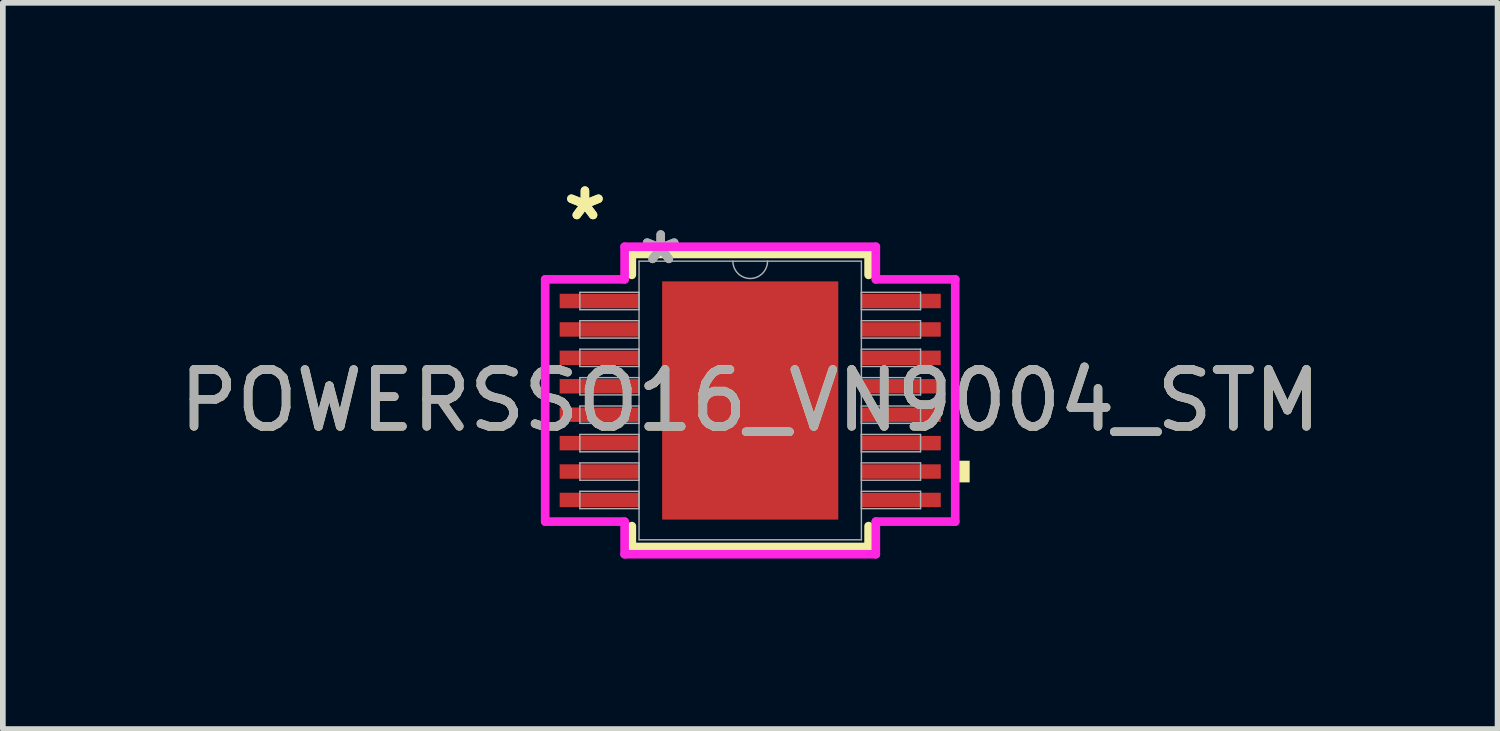
<source format=kicad_pcb>
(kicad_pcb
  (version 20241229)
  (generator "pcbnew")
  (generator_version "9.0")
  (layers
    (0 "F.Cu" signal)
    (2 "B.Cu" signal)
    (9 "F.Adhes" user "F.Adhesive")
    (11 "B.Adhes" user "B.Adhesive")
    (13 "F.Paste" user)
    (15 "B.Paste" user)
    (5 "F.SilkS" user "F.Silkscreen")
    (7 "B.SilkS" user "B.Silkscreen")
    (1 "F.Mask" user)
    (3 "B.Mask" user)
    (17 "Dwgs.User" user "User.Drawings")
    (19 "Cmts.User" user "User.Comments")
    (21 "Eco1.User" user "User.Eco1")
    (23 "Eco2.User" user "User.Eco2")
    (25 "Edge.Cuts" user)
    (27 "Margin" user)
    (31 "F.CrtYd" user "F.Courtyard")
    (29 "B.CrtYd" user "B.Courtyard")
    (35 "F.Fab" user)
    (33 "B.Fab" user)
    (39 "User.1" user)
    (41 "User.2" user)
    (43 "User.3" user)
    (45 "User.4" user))
  (footprint "POWERSSO16_VN9004_STM"
    (layer "F.Cu")
    (at 10.149 3.996)
    (property "Reference" "POWERSSO16_VN9004_STM" (at 0 0 0) (unlocked yes) (layer "F.SilkS") (effects (font (size 1 1) (thickness 0.15))))
    (attr smd)
    (fp_line (start -2.083 -2.578) (end -2.083 -2.21) (stroke (width 0.152) (type solid)) (layer "F.SilkS"))
    (fp_line (start -2.083 2.21) (end -2.083 2.578) (stroke (width 0.152) (type solid)) (layer "F.SilkS"))
    (fp_line (start -2.083 2.578) (end 2.083 2.578) (stroke (width 0.152) (type solid)) (layer "F.SilkS"))
    (fp_line (start 2.083 -2.578) (end -2.083 -2.578) (stroke (width 0.152) (type solid)) (layer "F.SilkS"))
    (fp_line (start 2.083 -2.21) (end 2.083 -2.578) (stroke (width 0.152) (type solid)) (layer "F.SilkS"))
    (fp_line (start 2.083 2.578) (end 2.083 2.21) (stroke (width 0.152) (type solid)) (layer "F.SilkS"))
    (fp_poly (pts (xy 3.861 1.06) (xy 3.861 1.441) (xy 3.607 1.441) (xy 3.607 1.06)) (stroke (width 0) (type solid)) (fill yes) (layer "F.SilkS"))
    (fp_poly (pts (xy -1.449 -1.996) (xy -1.449 -0.798) (xy -0.1 -0.798) (xy -0.1 -1.996)) (stroke (width 0) (type solid)) (fill yes) (layer "F.Paste"))
    (fp_poly (pts (xy -1.449 -0.599) (xy -1.449 0.599) (xy -0.1 0.599) (xy -0.1 -0.599)) (stroke (width 0) (type solid)) (fill yes) (layer "F.Paste"))
    (fp_poly (pts (xy -1.449 0.798) (xy -1.449 1.996) (xy -0.1 1.996) (xy -0.1 0.798)) (stroke (width 0) (type solid)) (fill yes) (layer "F.Paste"))
    (fp_poly (pts (xy 0.1 -1.996) (xy 0.1 -0.798) (xy 1.449 -0.798) (xy 1.449 -1.996)) (stroke (width 0) (type solid)) (fill yes) (layer "F.Paste"))
    (fp_poly (pts (xy 0.1 -0.599) (xy 0.1 0.599) (xy 1.449 0.599) (xy 1.449 -0.599)) (stroke (width 0) (type solid)) (fill yes) (layer "F.Paste"))
    (fp_poly (pts (xy 0.1 0.798) (xy 0.1 1.996) (xy 1.449 1.996) (xy 1.449 0.798)) (stroke (width 0) (type solid)) (fill yes) (layer "F.Paste"))
    (fp_line (start -3.607 -2.131) (end -2.21 -2.131) (stroke (width 0.152) (type solid)) (layer "F.CrtYd"))
    (fp_line (start -3.607 2.131) (end -3.607 -2.131) (stroke (width 0.152) (type solid)) (layer "F.CrtYd"))
    (fp_line (start -3.607 2.131) (end -2.21 2.131) (stroke (width 0.152) (type solid)) (layer "F.CrtYd"))
    (fp_line (start -2.21 -2.705) (end 2.21 -2.705) (stroke (width 0.152) (type solid)) (layer "F.CrtYd"))
    (fp_line (start -2.21 -2.131) (end -2.21 -2.705) (stroke (width 0.152) (type solid)) (layer "F.CrtYd"))
    (fp_line (start -2.21 2.705) (end -2.21 2.131) (stroke (width 0.152) (type solid)) (layer "F.CrtYd"))
    (fp_line (start 2.21 -2.705) (end 2.21 -2.131) (stroke (width 0.152) (type solid)) (layer "F.CrtYd"))
    (fp_line (start 2.21 2.131) (end 2.21 2.705) (stroke (width 0.152) (type solid)) (layer "F.CrtYd"))
    (fp_line (start 2.21 2.705) (end -2.21 2.705) (stroke (width 0.152) (type solid)) (layer "F.CrtYd"))
    (fp_line (start 3.607 -2.131) (end 2.21 -2.131) (stroke (width 0.152) (type solid)) (layer "F.CrtYd"))
    (fp_line (start 3.607 -2.131) (end 3.607 2.131) (stroke (width 0.152) (type solid)) (layer "F.CrtYd"))
    (fp_line (start 3.607 2.131) (end 2.21 2.131) (stroke (width 0.152) (type solid)) (layer "F.CrtYd"))
    (fp_line (start -2.997 -1.903) (end -2.997 -1.598) (stroke (width 0.025) (type solid)) (layer "F.Fab"))
    (fp_line (start -2.997 -1.598) (end -1.956 -1.598) (stroke (width 0.025) (type solid)) (layer "F.Fab"))
    (fp_line (start -2.997 -1.403) (end -2.997 -1.098) (stroke (width 0.025) (type solid)) (layer "F.Fab"))
    (fp_line (start -2.997 -1.098) (end -1.956 -1.098) (stroke (width 0.025) (type solid)) (layer "F.Fab"))
    (fp_line (start -2.997 -0.903) (end -2.997 -0.598) (stroke (width 0.025) (type solid)) (layer "F.Fab"))
    (fp_line (start -2.997 -0.598) (end -1.956 -0.598) (stroke (width 0.025) (type solid)) (layer "F.Fab"))
    (fp_line (start -2.997 -0.402) (end -2.997 -0.098) (stroke (width 0.025) (type solid)) (layer "F.Fab"))
    (fp_line (start -2.997 -0.098) (end -1.956 -0.098) (stroke (width 0.025) (type solid)) (layer "F.Fab"))
    (fp_line (start -2.997 0.098) (end -2.997 0.402) (stroke (width 0.025) (type solid)) (layer "F.Fab"))
    (fp_line (start -2.997 0.402) (end -1.956 0.402) (stroke (width 0.025) (type solid)) (layer "F.Fab"))
    (fp_line (start -2.997 0.598) (end -2.997 0.903) (stroke (width 0.025) (type solid)) (layer "F.Fab"))
    (fp_line (start -2.997 0.903) (end -1.956 0.903) (stroke (width 0.025) (type solid)) (layer "F.Fab"))
    (fp_line (start -2.997 1.098) (end -2.997 1.403) (stroke (width 0.025) (type solid)) (layer "F.Fab"))
    (fp_line (start -2.997 1.403) (end -1.956 1.403) (stroke (width 0.025) (type solid)) (layer "F.Fab"))
    (fp_line (start -2.997 1.598) (end -2.997 1.903) (stroke (width 0.025) (type solid)) (layer "F.Fab"))
    (fp_line (start -2.997 1.903) (end -1.956 1.903) (stroke (width 0.025) (type solid)) (layer "F.Fab"))
    (fp_line (start -1.956 -2.451) (end -1.956 2.451) (stroke (width 0.025) (type solid)) (layer "F.Fab"))
    (fp_line (start -1.956 -1.903) (end -2.997 -1.903) (stroke (width 0.025) (type solid)) (layer "F.Fab"))
    (fp_line (start -1.956 -1.598) (end -1.956 -1.903) (stroke (width 0.025) (type solid)) (layer "F.Fab"))
    (fp_line (start -1.956 -1.403) (end -2.997 -1.403) (stroke (width 0.025) (type solid)) (layer "F.Fab"))
    (fp_line (start -1.956 -1.098) (end -1.956 -1.403) (stroke (width 0.025) (type solid)) (layer "F.Fab"))
    (fp_line (start -1.956 -0.903) (end -2.997 -0.903) (stroke (width 0.025) (type solid)) (layer "F.Fab"))
    (fp_line (start -1.956 -0.598) (end -1.956 -0.903) (stroke (width 0.025) (type solid)) (layer "F.Fab"))
    (fp_line (start -1.956 -0.402) (end -2.997 -0.402) (stroke (width 0.025) (type solid)) (layer "F.Fab"))
    (fp_line (start -1.956 -0.098) (end -1.956 -0.402) (stroke (width 0.025) (type solid)) (layer "F.Fab"))
    (fp_line (start -1.956 0.098) (end -2.997 0.098) (stroke (width 0.025) (type solid)) (layer "F.Fab"))
    (fp_line (start -1.956 0.402) (end -1.956 0.098) (stroke (width 0.025) (type solid)) (layer "F.Fab"))
    (fp_line (start -1.956 0.598) (end -2.997 0.598) (stroke (width 0.025) (type solid)) (layer "F.Fab"))
    (fp_line (start -1.956 0.903) (end -1.956 0.598) (stroke (width 0.025) (type solid)) (layer "F.Fab"))
    (fp_line (start -1.956 1.098) (end -2.997 1.098) (stroke (width 0.025) (type solid)) (layer "F.Fab"))
    (fp_line (start -1.956 1.403) (end -1.956 1.098) (stroke (width 0.025) (type solid)) (layer "F.Fab"))
    (fp_line (start -1.956 1.598) (end -2.997 1.598) (stroke (width 0.025) (type solid)) (layer "F.Fab"))
    (fp_line (start -1.956 1.903) (end -1.956 1.598) (stroke (width 0.025) (type solid)) (layer "F.Fab"))
    (fp_line (start -1.956 2.451) (end 1.956 2.451) (stroke (width 0.025) (type solid)) (layer "F.Fab"))
    (fp_line (start 1.956 -2.451) (end -1.956 -2.451) (stroke (width 0.025) (type solid)) (layer "F.Fab"))
    (fp_line (start 1.956 -1.903) (end 1.956 -1.598) (stroke (width 0.025) (type solid)) (layer "F.Fab"))
    (fp_line (start 1.956 -1.598) (end 2.997 -1.598) (stroke (width 0.025) (type solid)) (layer "F.Fab"))
    (fp_line (start 1.956 -1.403) (end 1.956 -1.098) (stroke (width 0.025) (type solid)) (layer "F.Fab"))
    (fp_line (start 1.956 -1.098) (end 2.997 -1.098) (stroke (width 0.025) (type solid)) (layer "F.Fab"))
    (fp_line (start 1.956 -0.903) (end 1.956 -0.598) (stroke (width 0.025) (type solid)) (layer "F.Fab"))
    (fp_line (start 1.956 -0.598) (end 2.997 -0.598) (stroke (width 0.025) (type solid)) (layer "F.Fab"))
    (fp_line (start 1.956 -0.402) (end 1.956 -0.098) (stroke (width 0.025) (type solid)) (layer "F.Fab"))
    (fp_line (start 1.956 -0.098) (end 2.997 -0.098) (stroke (width 0.025) (type solid)) (layer "F.Fab"))
    (fp_line (start 1.956 0.098) (end 1.956 0.402) (stroke (width 0.025) (type solid)) (layer "F.Fab"))
    (fp_line (start 1.956 0.402) (end 2.997 0.402) (stroke (width 0.025) (type solid)) (layer "F.Fab"))
    (fp_line (start 1.956 0.598) (end 1.956 0.903) (stroke (width 0.025) (type solid)) (layer "F.Fab"))
    (fp_line (start 1.956 0.903) (end 2.997 0.903) (stroke (width 0.025) (type solid)) (layer "F.Fab"))
    (fp_line (start 1.956 1.098) (end 1.956 1.403) (stroke (width 0.025) (type solid)) (layer "F.Fab"))
    (fp_line (start 1.956 1.403) (end 2.997 1.403) (stroke (width 0.025) (type solid)) (layer "F.Fab"))
    (fp_line (start 1.956 1.598) (end 1.956 1.903) (stroke (width 0.025) (type solid)) (layer "F.Fab"))
    (fp_line (start 1.956 1.903) (end 2.997 1.903) (stroke (width 0.025) (type solid)) (layer "F.Fab"))
    (fp_line (start 1.956 2.451) (end 1.956 -2.451) (stroke (width 0.025) (type solid)) (layer "F.Fab"))
    (fp_line (start 2.997 -1.903) (end 1.956 -1.903) (stroke (width 0.025) (type solid)) (layer "F.Fab"))
    (fp_line (start 2.997 -1.598) (end 2.997 -1.903) (stroke (width 0.025) (type solid)) (layer "F.Fab"))
    (fp_line (start 2.997 -1.403) (end 1.956 -1.403) (stroke (width 0.025) (type solid)) (layer "F.Fab"))
    (fp_line (start 2.997 -1.098) (end 2.997 -1.403) (stroke (width 0.025) (type solid)) (layer "F.Fab"))
    (fp_line (start 2.997 -0.903) (end 1.956 -0.903) (stroke (width 0.025) (type solid)) (layer "F.Fab"))
    (fp_line (start 2.997 -0.598) (end 2.997 -0.903) (stroke (width 0.025) (type solid)) (layer "F.Fab"))
    (fp_line (start 2.997 -0.402) (end 1.956 -0.402) (stroke (width 0.025) (type solid)) (layer "F.Fab"))
    (fp_line (start 2.997 -0.098) (end 2.997 -0.402) (stroke (width 0.025) (type solid)) (layer "F.Fab"))
    (fp_line (start 2.997 0.098) (end 1.956 0.098) (stroke (width 0.025) (type solid)) (layer "F.Fab"))
    (fp_line (start 2.997 0.402) (end 2.997 0.098) (stroke (width 0.025) (type solid)) (layer "F.Fab"))
    (fp_line (start 2.997 0.598) (end 1.956 0.598) (stroke (width 0.025) (type solid)) (layer "F.Fab"))
    (fp_line (start 2.997 0.903) (end 2.997 0.598) (stroke (width 0.025) (type solid)) (layer "F.Fab"))
    (fp_line (start 2.997 1.098) (end 1.956 1.098) (stroke (width 0.025) (type solid)) (layer "F.Fab"))
    (fp_line (start 2.997 1.403) (end 2.997 1.098) (stroke (width 0.025) (type solid)) (layer "F.Fab"))
    (fp_line (start 2.997 1.598) (end 1.956 1.598) (stroke (width 0.025) (type solid)) (layer "F.Fab"))
    (fp_line (start 2.997 1.903) (end 2.997 1.598) (stroke (width 0.025) (type solid)) (layer "F.Fab"))
    (fp_arc (start 0.3048 -2.4511) (mid 0 -2.1463) (end -0.3048 -2.4511) (stroke (width 0.0254) (type solid)) (layer "F.Fab"))
    (fp_text user "*" (at -2.908 -3.147 0) (layer "F.SilkS") (effects (font (size 1 1) (thickness 0.15))))
    (fp_text user "*" (at -2.908 -3.147 0) (unlocked yes) (layer "F.SilkS") (effects (font (size 1 1) (thickness 0.15))))
    (fp_text user "${REFERENCE}" (at 0 0 0) (unlocked yes) (layer "F.Fab") (effects (font (size 1 1) (thickness 0.15))))
    (fp_text user "*" (at -1.575 -2.375 0) (layer "F.Fab") (effects (font (size 1 1) (thickness 0.15))))
    (fp_text user "*" (at -1.575 -2.375 0) (unlocked yes) (layer "F.Fab") (effects (font (size 1 1) (thickness 0.15))))
    (pad "1" smd rect (at -2.654 -1.75) (size 1.397 0.254) (layers "F.Cu" "F.Mask" "F.Paste"))
    (pad "2" smd rect (at -2.654 -1.25) (size 1.397 0.254) (layers "F.Cu" "F.Mask" "F.Paste"))
    (pad "3" smd rect (at -2.654 -0.75) (size 1.397 0.254) (layers "F.Cu" "F.Mask" "F.Paste"))
    (pad "4" smd rect (at -2.654 -0.25) (size 1.397 0.254) (layers "F.Cu" "F.Mask" "F.Paste"))
    (pad "5" smd rect (at -2.654 0.25) (size 1.397 0.254) (layers "F.Cu" "F.Mask" "F.Paste"))
    (pad "6" smd rect (at -2.654 0.75) (size 1.397 0.254) (layers "F.Cu" "F.Mask" "F.Paste"))
    (pad "7" smd rect (at -2.654 1.25) (size 1.397 0.254) (layers "F.Cu" "F.Mask" "F.Paste"))
    (pad "8" smd rect (at -2.654 1.75) (size 1.397 0.254) (layers "F.Cu" "F.Mask" "F.Paste"))
    (pad "9" smd rect (at 2.654 1.75) (size 1.397 0.254) (layers "F.Cu" "F.Mask" "F.Paste"))
    (pad "10" smd rect (at 2.654 1.25) (size 1.397 0.254) (layers "F.Cu" "F.Mask" "F.Paste"))
    (pad "11" smd rect (at 2.654 0.75) (size 1.397 0.254) (layers "F.Cu" "F.Mask" "F.Paste"))
    (pad "12" smd rect (at 2.654 0.25) (size 1.397 0.254) (layers "F.Cu" "F.Mask" "F.Paste"))
    (pad "13" smd rect (at 2.654 -0.25) (size 1.397 0.254) (layers "F.Cu" "F.Mask" "F.Paste"))
    (pad "14" smd rect (at 2.654 -0.75) (size 1.397 0.254) (layers "F.Cu" "F.Mask" "F.Paste"))
    (pad "15" smd rect (at 2.654 -1.25) (size 1.397 0.254) (layers "F.Cu" "F.Mask" "F.Paste"))
    (pad "16" smd rect (at 2.654 -1.75) (size 1.397 0.254) (layers "F.Cu" "F.Mask" "F.Paste"))
    (pad "EPAD" smd rect (at 0 0) (size 3.099 4.191) (layers "F.Cu" "F.Mask")))
  (gr_rect
    (start -3 -3)
    (end 23.298 9.777)
    (stroke (width 0.1) (type default))
    (fill no)
    (layer "Edge.Cuts")))
</source>
